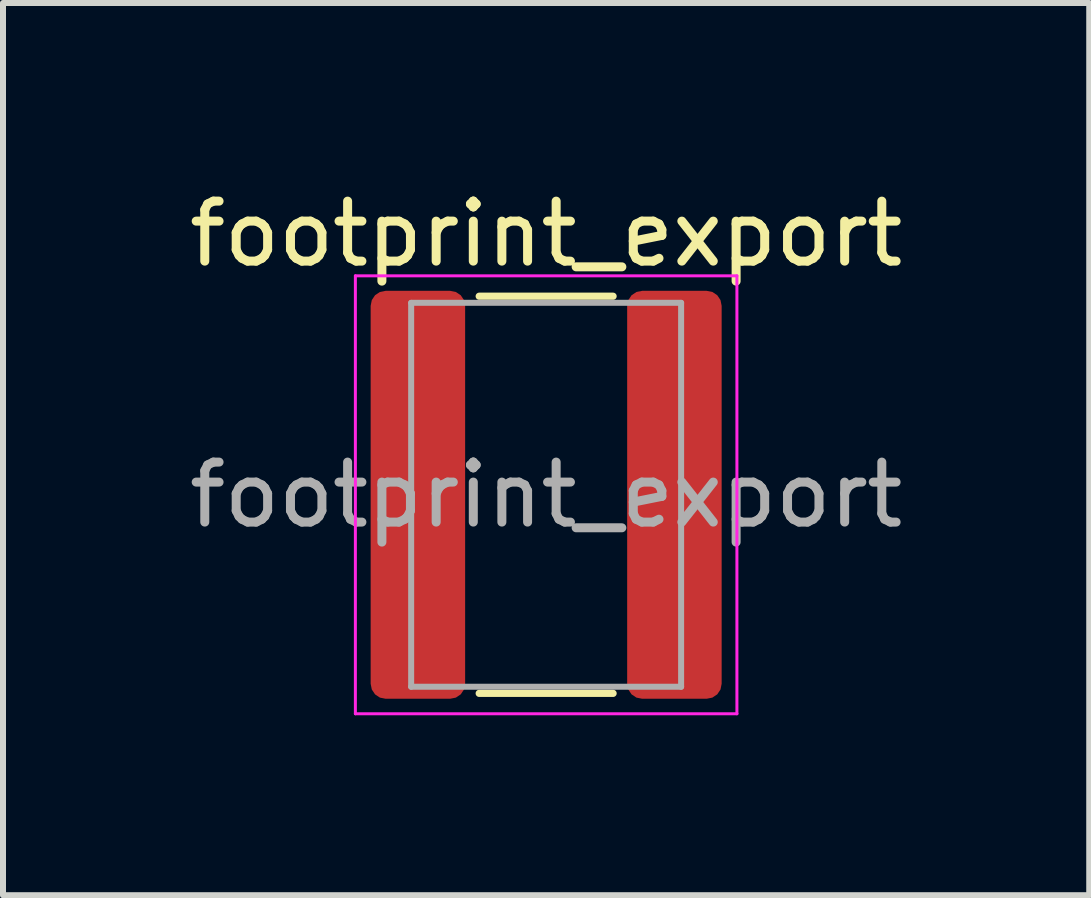
<source format=kicad_pcb>
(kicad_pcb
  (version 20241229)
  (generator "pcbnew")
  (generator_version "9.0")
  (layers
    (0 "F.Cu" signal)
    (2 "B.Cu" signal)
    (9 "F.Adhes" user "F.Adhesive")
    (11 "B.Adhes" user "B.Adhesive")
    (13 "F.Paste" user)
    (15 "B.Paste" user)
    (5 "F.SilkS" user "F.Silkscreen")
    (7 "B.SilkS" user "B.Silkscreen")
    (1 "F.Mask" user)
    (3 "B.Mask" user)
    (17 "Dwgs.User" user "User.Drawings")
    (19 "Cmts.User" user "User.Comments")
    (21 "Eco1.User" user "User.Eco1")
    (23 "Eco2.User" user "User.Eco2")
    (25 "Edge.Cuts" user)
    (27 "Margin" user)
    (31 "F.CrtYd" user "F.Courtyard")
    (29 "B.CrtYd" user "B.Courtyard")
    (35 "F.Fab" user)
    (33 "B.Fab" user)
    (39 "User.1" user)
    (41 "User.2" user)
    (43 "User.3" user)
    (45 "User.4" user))
  (footprint "footprint_export"
    (layer "F.Cu")
    (at 6.054 5.198)
    (property "Reference" "footprint_export" (at 0 -4.35 0) (layer "F.SilkS") (effects (font (size 1 1) (thickness 0.15))))
    (attr smd)
    (fp_line (start -1.116 -3.31) (end 1.116 -3.31) (stroke (width 0.12) (type solid)) (layer "F.SilkS"))
    (fp_line (start -1.116 3.31) (end 1.116 3.31) (stroke (width 0.12) (type solid)) (layer "F.SilkS"))
    (fp_line (start -3.18 -3.65) (end 3.18 -3.65) (stroke (width 0.05) (type solid)) (layer "F.CrtYd"))
    (fp_line (start -3.18 3.65) (end -3.18 -3.65) (stroke (width 0.05) (type solid)) (layer "F.CrtYd"))
    (fp_line (start 3.18 -3.65) (end 3.18 3.65) (stroke (width 0.05) (type solid)) (layer "F.CrtYd"))
    (fp_line (start 3.18 3.65) (end -3.18 3.65) (stroke (width 0.05) (type solid)) (layer "F.CrtYd"))
    (fp_line (start -2.25 -3.2) (end 2.25 -3.2) (stroke (width 0.1) (type solid)) (layer "F.Fab"))
    (fp_line (start -2.25 3.2) (end -2.25 -3.2) (stroke (width 0.1) (type solid)) (layer "F.Fab"))
    (fp_line (start 2.25 -3.2) (end 2.25 3.2) (stroke (width 0.1) (type solid)) (layer "F.Fab"))
    (fp_line (start 2.25 3.2) (end -2.25 3.2) (stroke (width 0.1) (type solid)) (layer "F.Fab"))
    (fp_text user "${REFERENCE}" (at 0 0 0) (layer "F.Fab") (effects (font (size 1 1) (thickness 0.15))))
    (pad "1" smd roundrect (at -2.138 0) (size 1.575 6.8) (layers "F.Cu" "F.Mask" "F.Paste") (roundrect_rratio 0.159))
    (pad "2" smd roundrect (at 2.138 0) (size 1.575 6.8) (layers "F.Cu" "F.Mask" "F.Paste") (roundrect_rratio 0.159)))
  (gr_rect
    (start -3 -3)
    (end 15.107 11.873)
    (stroke (width 0.1) (type default))
    (fill no)
    (layer "Edge.Cuts")))
</source>
